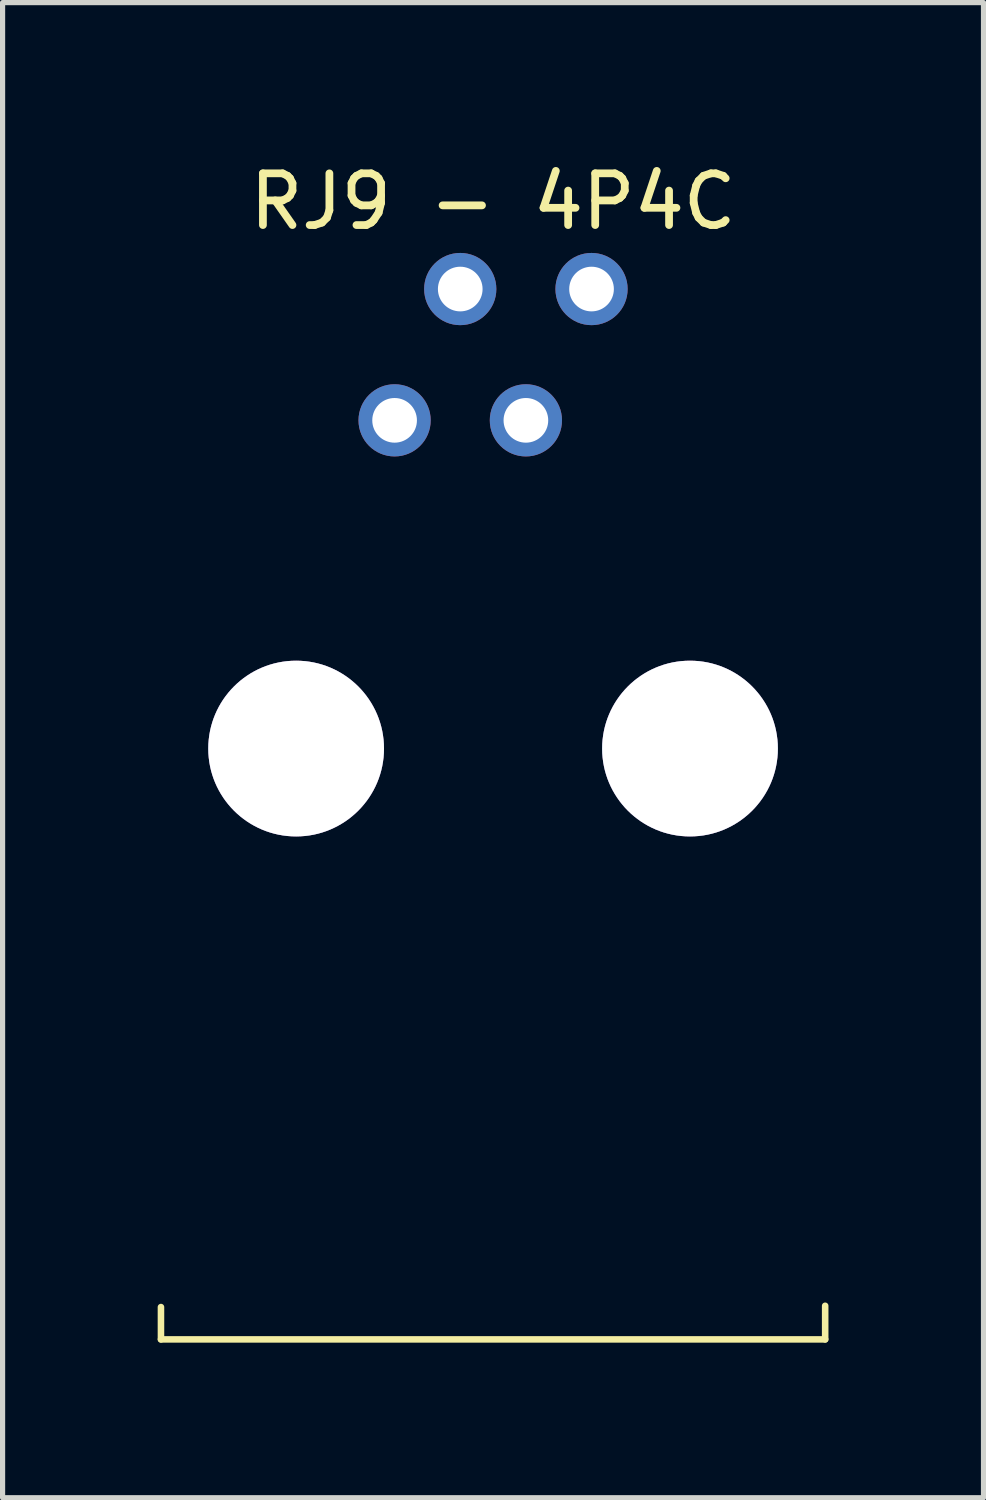
<source format=kicad_pcb>
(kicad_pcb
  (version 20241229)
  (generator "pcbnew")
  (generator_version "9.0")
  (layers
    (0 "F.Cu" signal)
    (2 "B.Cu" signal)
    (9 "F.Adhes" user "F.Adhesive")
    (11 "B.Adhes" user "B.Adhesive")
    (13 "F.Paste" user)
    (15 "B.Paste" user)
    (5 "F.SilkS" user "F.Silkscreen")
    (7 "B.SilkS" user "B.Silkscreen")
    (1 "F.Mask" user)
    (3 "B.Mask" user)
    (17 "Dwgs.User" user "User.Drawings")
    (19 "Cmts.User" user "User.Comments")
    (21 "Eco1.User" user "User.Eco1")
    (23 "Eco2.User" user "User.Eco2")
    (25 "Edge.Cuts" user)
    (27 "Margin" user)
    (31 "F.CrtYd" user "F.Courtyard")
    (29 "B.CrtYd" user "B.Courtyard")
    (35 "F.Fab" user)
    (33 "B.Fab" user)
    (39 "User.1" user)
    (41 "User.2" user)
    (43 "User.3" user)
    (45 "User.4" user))
  (footprint "RJ9 - 4P4C"
    (layer "F.Cu")
    (at 6.489 3.812)
    (property "Reference" "RJ9 - 4P4C" (at 0 -2.963 0) (layer "F.SilkS") (effects (font (size 1 1) (thickness 0.15))))
    (fp_line (start -6.425 19.05) (end -6.425 18.425) (stroke (width 0.127) (type solid)) (layer "F.SilkS"))
    (fp_line (start -6.425 19.05) (end 6.425 19.05) (stroke (width 0.127) (type solid)) (layer "F.SilkS"))
    (fp_line (start 6.425 19.05) (end 6.425 18.4) (stroke (width 0.127) (type solid)) (layer "F.SilkS"))
    (pad "" thru_hole circle (at -3.81 7.62) (size 3.4 3.4) (drill 3.4) (layers "*.Cu" "*.Mask"))
    (pad "" thru_hole circle (at 3.81 7.62) (size 3.4 3.4) (drill 3.4) (layers "*.Cu" "*.Mask"))
    (pad "A" thru_hole circle (at -0.635 -1.27 180) (size 1.397 1.397) (drill 0.864) (layers "*.Cu" "*.Mask"))
    (pad "B" thru_hole circle (at 0.635 1.27 180) (size 1.397 1.397) (drill 0.864) (layers "*.Cu" "*.Mask"))
    (pad "GND" thru_hole circle (at -1.905 1.27 180) (size 1.397 1.397) (drill 0.864) (layers "*.Cu" "*.Mask"))
    (pad "VCC" thru_hole circle (at 1.905 -1.27 180) (size 1.397 1.397) (drill 0.864) (layers "*.Cu" "*.Mask"))
    (zone (net_name "") (layer "F.SilkS") (hatch edge 0.5) (connect_pads) (min_thickness 0.25) (filled_areas_thickness no) (keepout (tracks not_allowed) (vias not_allowed) (pads not_allowed) (copperpour not_allowed) (footprints allowed)) (placement (enabled no)) (fill) (polygon (pts (xy 0.005 1.587) (xy 0.039 1.553) (xy 0.088 1.553) (xy 0.122 1.587) (xy 0.127 1.612) (xy 0.127 22.137) (xy 0.122 22.161) (xy 0.088 22.195) (xy 0.039 22.195) (xy 0.005 22.161) (xy 0 22.137) (xy 0 1.612))))
    (zone (net_name "") (layer "F.SilkS") (hatch edge 0.5) (connect_pads) (min_thickness 0.25) (filled_areas_thickness no) (keepout (tracks not_allowed) (vias not_allowed) (pads not_allowed) (copperpour not_allowed) (footprints allowed)) (placement (enabled no)) (fill) (polygon (pts (xy 12.855 1.587) (xy 12.889 1.553) (xy 12.938 1.553) (xy 12.972 1.587) (xy 12.977 1.612) (xy 12.977 22.137) (xy 12.972 22.161) (xy 12.938 22.195) (xy 12.889 22.195) (xy 12.855 22.161) (xy 12.85 22.137) (xy 12.85 1.612))))
    (zone (net_name "") (layer "F.SilkS") (hatch edge 0.5) (connect_pads) (min_thickness 0.25) (filled_areas_thickness no) (keepout (tracks not_allowed) (vias not_allowed) (pads not_allowed) (copperpour not_allowed) (footprints allowed)) (placement (enabled no)) (fill) (polygon (pts (xy 12.938 1.553) (xy 12.972 1.587) (xy 12.972 1.636) (xy 12.938 1.67) (xy 12.914 1.675) (xy 0.064 1.675) (xy 0.039 1.67) (xy 0.005 1.636) (xy 0.005 1.587) (xy 0.039 1.553) (xy 0.064 1.548) (xy 12.914 1.548))))
    (zone (net_name "") (layer "F.SilkS") (hatch edge 0.5) (connect_pads) (min_thickness 0.25) (filled_areas_thickness no) (keepout (tracks not_allowed) (vias not_allowed) (pads not_allowed) (copperpour not_allowed) (footprints allowed)) (placement (enabled no)) (fill) (polygon (pts (xy 12.938 22.078) (xy 12.972 22.112) (xy 12.972 22.161) (xy 12.938 22.195) (xy 12.914 22.2) (xy 0.064 22.2) (xy 0.039 22.195) (xy 0.005 22.161) (xy 0.005 22.112) (xy 0.039 22.078) (xy 0.064 22.073) (xy 12.914 22.073)))))
  (gr_rect
    (start -3 -3)
    (end 15.977 25.925)
    (stroke (width 0.1) (type default))
    (fill no)
    (layer "Edge.Cuts")))
</source>
